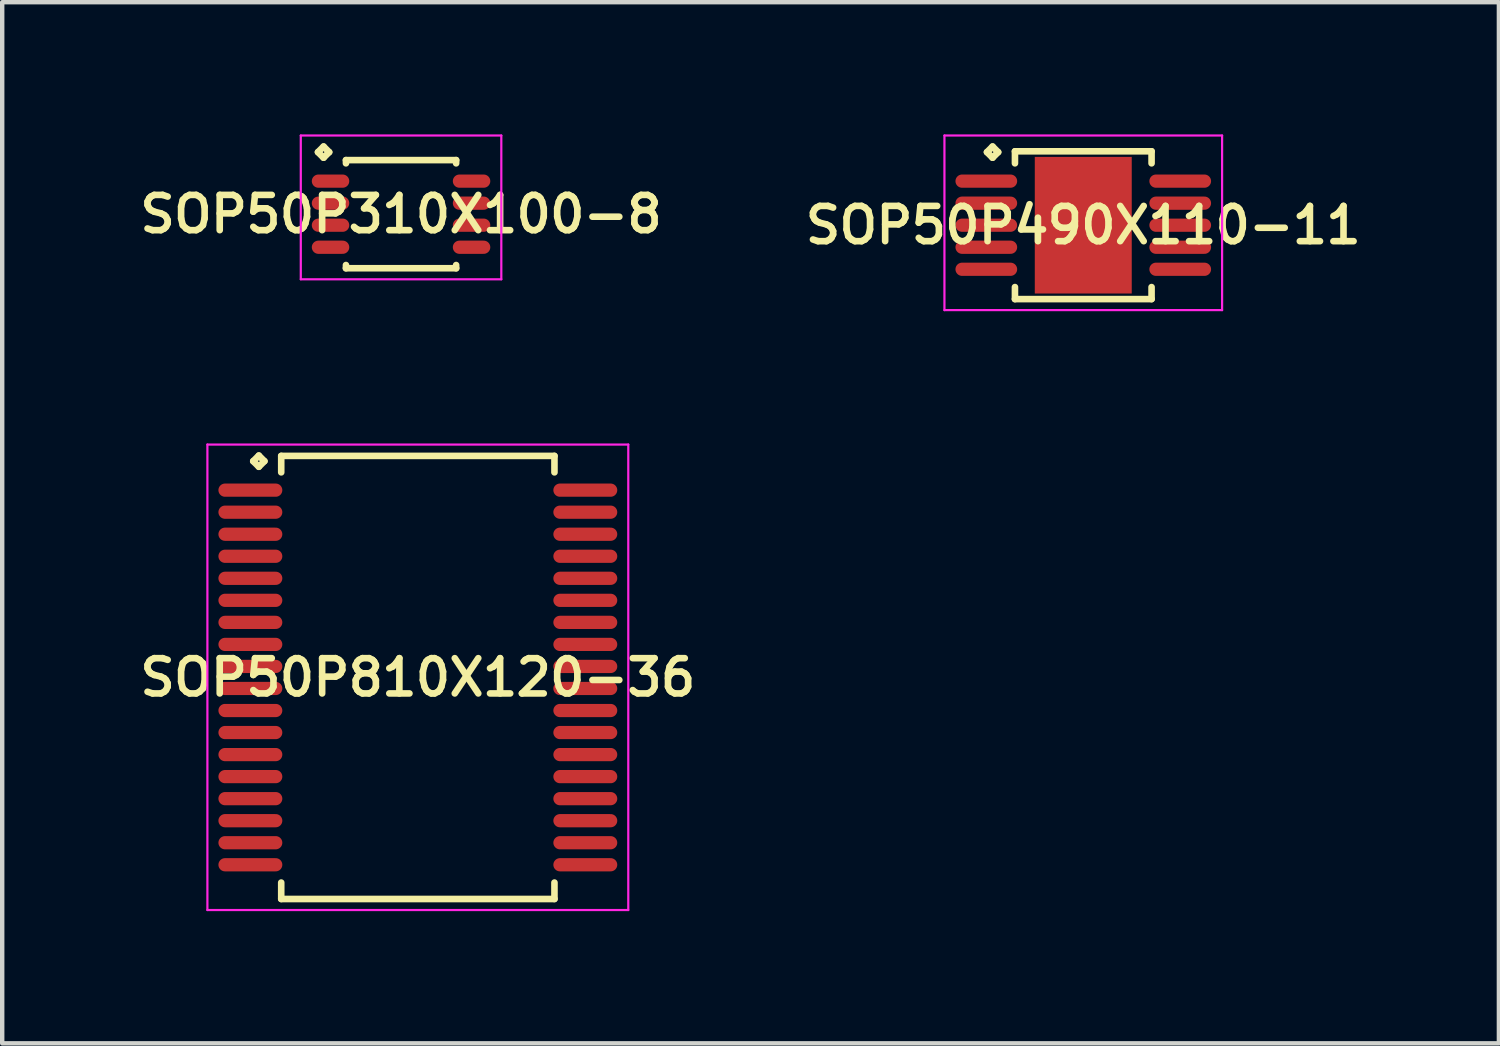
<source format=kicad_pcb>
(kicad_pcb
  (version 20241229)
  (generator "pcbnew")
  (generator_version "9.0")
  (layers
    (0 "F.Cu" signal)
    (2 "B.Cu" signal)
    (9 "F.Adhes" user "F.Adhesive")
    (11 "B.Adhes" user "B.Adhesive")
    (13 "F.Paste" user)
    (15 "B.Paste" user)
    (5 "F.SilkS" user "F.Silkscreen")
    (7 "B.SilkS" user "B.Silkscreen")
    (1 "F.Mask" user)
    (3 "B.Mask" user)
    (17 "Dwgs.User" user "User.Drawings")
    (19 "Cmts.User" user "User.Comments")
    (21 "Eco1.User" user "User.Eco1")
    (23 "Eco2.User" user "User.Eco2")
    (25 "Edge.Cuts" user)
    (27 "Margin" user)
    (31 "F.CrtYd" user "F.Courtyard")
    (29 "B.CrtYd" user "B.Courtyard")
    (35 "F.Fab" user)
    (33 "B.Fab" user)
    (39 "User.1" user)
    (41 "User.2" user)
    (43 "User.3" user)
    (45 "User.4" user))
  (footprint "SOP50P310X100-8"
    (layer "F.Cu")
    (at 6.05 1.81)
    (property "Reference" "SOP50P310X100-8" (at 0 0 0) (layer "F.SilkS") (effects (font (size 0.8 0.8) (thickness 0.15))))
    (attr smd)
    (fp_line (start -1.885 -1.408) (end -1.758 -1.535) (stroke (width 0.15) (type solid)) (layer "F.SilkS"))
    (fp_line (start -1.758 -1.535) (end -1.631 -1.408) (stroke (width 0.15) (type solid)) (layer "F.SilkS"))
    (fp_line (start -1.758 -1.281) (end -1.885 -1.408) (stroke (width 0.15) (type solid)) (layer "F.SilkS"))
    (fp_line (start -1.631 -1.408) (end -1.758 -1.281) (stroke (width 0.15) (type solid)) (layer "F.SilkS"))
    (fp_line (start -1.25 -1.227) (end 1.25 -1.227) (stroke (width 0.15) (type solid)) (layer "F.SilkS"))
    (fp_line (start -1.25 -1.154) (end -1.25 -1.227) (stroke (width 0.15) (type solid)) (layer "F.SilkS"))
    (fp_line (start -1.25 1.154) (end -1.25 1.227) (stroke (width 0.15) (type solid)) (layer "F.SilkS"))
    (fp_line (start -1.25 1.227) (end 1.25 1.227) (stroke (width 0.15) (type solid)) (layer "F.SilkS"))
    (fp_line (start 1.25 -1.227) (end 1.25 -1.154) (stroke (width 0.15) (type solid)) (layer "F.SilkS"))
    (fp_line (start 1.25 1.227) (end 1.25 1.154) (stroke (width 0.15) (type solid)) (layer "F.SilkS"))
    (fp_line (start -2.275 -1.785) (end 2.275 -1.785) (stroke (width 0.05) (type solid)) (layer "F.CrtYd"))
    (fp_line (start -2.275 1.477) (end -2.275 -1.785) (stroke (width 0.05) (type solid)) (layer "F.CrtYd"))
    (fp_line (start 2.275 -1.785) (end 2.275 1.477) (stroke (width 0.05) (type solid)) (layer "F.CrtYd"))
    (fp_line (start 2.275 1.477) (end -2.275 1.477) (stroke (width 0.05) (type solid)) (layer "F.CrtYd"))
    (pad "1" smd oval (at -1.6 -0.75) (size 0.85 0.3) (layers "F.Cu" "F.Mask" "F.Paste"))
    (pad "2" smd oval (at -1.6 -0.25) (size 0.85 0.3) (layers "F.Cu" "F.Mask" "F.Paste"))
    (pad "3" smd oval (at -1.6 0.25) (size 0.85 0.3) (layers "F.Cu" "F.Mask" "F.Paste"))
    (pad "4" smd oval (at -1.6 0.75) (size 0.85 0.3) (layers "F.Cu" "F.Mask" "F.Paste"))
    (pad "5" smd oval (at 1.6 0.75) (size 0.85 0.3) (layers "F.Cu" "F.Mask" "F.Paste"))
    (pad "6" smd oval (at 1.6 0.25) (size 0.85 0.3) (layers "F.Cu" "F.Mask" "F.Paste"))
    (pad "7" smd oval (at 1.6 -0.25) (size 0.85 0.3) (layers "F.Cu" "F.Mask" "F.Paste"))
    (pad "8" smd oval (at 1.6 -0.75) (size 0.85 0.3) (layers "F.Cu" "F.Mask" "F.Paste")))
  (footprint "SOP50P810X120-36"
    (layer "F.Cu")
    (at 6.431 12.322)
    (property "Reference" "SOP50P810X120-36" (at 0 0 0) (layer "F.SilkS") (effects (font (size 0.8 0.8) (thickness 0.15))))
    (attr smd)
    (fp_line (start -3.735 -4.908) (end -3.608 -5.035) (stroke (width 0.15) (type solid)) (layer "F.SilkS"))
    (fp_line (start -3.608 -5.035) (end -3.481 -4.908) (stroke (width 0.15) (type solid)) (layer "F.SilkS"))
    (fp_line (start -3.608 -4.781) (end -3.735 -4.908) (stroke (width 0.15) (type solid)) (layer "F.SilkS"))
    (fp_line (start -3.481 -4.908) (end -3.608 -4.781) (stroke (width 0.15) (type solid)) (layer "F.SilkS"))
    (fp_line (start -3.1 -5.027) (end 3.1 -5.027) (stroke (width 0.15) (type solid)) (layer "F.SilkS"))
    (fp_line (start -3.1 -4.654) (end -3.1 -5.027) (stroke (width 0.15) (type solid)) (layer "F.SilkS"))
    (fp_line (start -3.1 4.654) (end -3.1 5.027) (stroke (width 0.15) (type solid)) (layer "F.SilkS"))
    (fp_line (start -3.1 5.027) (end 3.1 5.027) (stroke (width 0.15) (type solid)) (layer "F.SilkS"))
    (fp_line (start 3.1 -5.027) (end 3.1 -4.654) (stroke (width 0.15) (type solid)) (layer "F.SilkS"))
    (fp_line (start 3.1 5.027) (end 3.1 4.654) (stroke (width 0.15) (type solid)) (layer "F.SilkS"))
    (fp_line (start -4.775 -5.285) (end 4.775 -5.285) (stroke (width 0.05) (type solid)) (layer "F.CrtYd"))
    (fp_line (start -4.775 5.277) (end -4.775 -5.285) (stroke (width 0.05) (type solid)) (layer "F.CrtYd"))
    (fp_line (start 4.775 -5.285) (end 4.775 5.277) (stroke (width 0.05) (type solid)) (layer "F.CrtYd"))
    (fp_line (start 4.775 5.277) (end -4.775 5.277) (stroke (width 0.05) (type solid)) (layer "F.CrtYd"))
    (pad "1" smd oval (at -3.8 -4.25) (size 1.45 0.3) (layers "F.Cu" "F.Mask" "F.Paste"))
    (pad "2" smd oval (at -3.8 -3.75) (size 1.45 0.3) (layers "F.Cu" "F.Mask" "F.Paste"))
    (pad "3" smd oval (at -3.8 -3.25) (size 1.45 0.3) (layers "F.Cu" "F.Mask" "F.Paste"))
    (pad "4" smd oval (at -3.8 -2.75) (size 1.45 0.3) (layers "F.Cu" "F.Mask" "F.Paste"))
    (pad "5" smd oval (at -3.8 -2.25) (size 1.45 0.3) (layers "F.Cu" "F.Mask" "F.Paste"))
    (pad "6" smd oval (at -3.8 -1.75) (size 1.45 0.3) (layers "F.Cu" "F.Mask" "F.Paste"))
    (pad "7" smd oval (at -3.8 -1.25) (size 1.45 0.3) (layers "F.Cu" "F.Mask" "F.Paste"))
    (pad "8" smd oval (at -3.8 -0.75) (size 1.45 0.3) (layers "F.Cu" "F.Mask" "F.Paste"))
    (pad "9" smd oval (at -3.8 -0.25) (size 1.45 0.3) (layers "F.Cu" "F.Mask" "F.Paste"))
    (pad "10" smd oval (at -3.8 0.25) (size 1.45 0.3) (layers "F.Cu" "F.Mask" "F.Paste"))
    (pad "11" smd oval (at -3.8 0.75) (size 1.45 0.3) (layers "F.Cu" "F.Mask" "F.Paste"))
    (pad "12" smd oval (at -3.8 1.25) (size 1.45 0.3) (layers "F.Cu" "F.Mask" "F.Paste"))
    (pad "13" smd oval (at -3.8 1.75) (size 1.45 0.3) (layers "F.Cu" "F.Mask" "F.Paste"))
    (pad "14" smd oval (at -3.8 2.25) (size 1.45 0.3) (layers "F.Cu" "F.Mask" "F.Paste"))
    (pad "15" smd oval (at -3.8 2.75) (size 1.45 0.3) (layers "F.Cu" "F.Mask" "F.Paste"))
    (pad "16" smd oval (at -3.8 3.25) (size 1.45 0.3) (layers "F.Cu" "F.Mask" "F.Paste"))
    (pad "17" smd oval (at -3.8 3.75) (size 1.45 0.3) (layers "F.Cu" "F.Mask" "F.Paste"))
    (pad "18" smd oval (at -3.8 4.25) (size 1.45 0.3) (layers "F.Cu" "F.Mask" "F.Paste"))
    (pad "19" smd oval (at 3.8 4.25) (size 1.45 0.3) (layers "F.Cu" "F.Mask" "F.Paste"))
    (pad "20" smd oval (at 3.8 3.75) (size 1.45 0.3) (layers "F.Cu" "F.Mask" "F.Paste"))
    (pad "21" smd oval (at 3.8 3.25) (size 1.45 0.3) (layers "F.Cu" "F.Mask" "F.Paste"))
    (pad "22" smd oval (at 3.8 2.75) (size 1.45 0.3) (layers "F.Cu" "F.Mask" "F.Paste"))
    (pad "23" smd oval (at 3.8 2.25) (size 1.45 0.3) (layers "F.Cu" "F.Mask" "F.Paste"))
    (pad "24" smd oval (at 3.8 1.75) (size 1.45 0.3) (layers "F.Cu" "F.Mask" "F.Paste"))
    (pad "25" smd oval (at 3.8 1.25) (size 1.45 0.3) (layers "F.Cu" "F.Mask" "F.Paste"))
    (pad "26" smd oval (at 3.8 0.75) (size 1.45 0.3) (layers "F.Cu" "F.Mask" "F.Paste"))
    (pad "27" smd oval (at 3.8 0.25) (size 1.45 0.3) (layers "F.Cu" "F.Mask" "F.Paste"))
    (pad "28" smd oval (at 3.8 -0.25) (size 1.45 0.3) (layers "F.Cu" "F.Mask" "F.Paste"))
    (pad "29" smd oval (at 3.8 -0.75) (size 1.45 0.3) (layers "F.Cu" "F.Mask" "F.Paste"))
    (pad "30" smd oval (at 3.8 -1.25) (size 1.45 0.3) (layers "F.Cu" "F.Mask" "F.Paste"))
    (pad "31" smd oval (at 3.8 -1.75) (size 1.45 0.3) (layers "F.Cu" "F.Mask" "F.Paste"))
    (pad "32" smd oval (at 3.8 -2.25) (size 1.45 0.3) (layers "F.Cu" "F.Mask" "F.Paste"))
    (pad "33" smd oval (at 3.8 -2.75) (size 1.45 0.3) (layers "F.Cu" "F.Mask" "F.Paste"))
    (pad "34" smd oval (at 3.8 -3.25) (size 1.45 0.3) (layers "F.Cu" "F.Mask" "F.Paste"))
    (pad "35" smd oval (at 3.8 -3.75) (size 1.45 0.3) (layers "F.Cu" "F.Mask" "F.Paste"))
    (pad "36" smd oval (at 3.8 -4.25) (size 1.45 0.3) (layers "F.Cu" "F.Mask" "F.Paste")))
  (footprint "SOP50P490X110-11"
    (layer "F.Cu")
    (at 21.53 2.06)
    (property "Reference" "SOP50P490X110-11" (at 0 0 0) (layer "F.SilkS") (effects (font (size 0.8 0.8) (thickness 0.15))))
    (attr smd)
    (fp_line (start -2.185 -1.658) (end -2.058 -1.785) (stroke (width 0.15) (type solid)) (layer "F.SilkS"))
    (fp_line (start -2.058 -1.785) (end -1.931 -1.658) (stroke (width 0.15) (type solid)) (layer "F.SilkS"))
    (fp_line (start -2.058 -1.531) (end -2.185 -1.658) (stroke (width 0.15) (type solid)) (layer "F.SilkS"))
    (fp_line (start -1.931 -1.658) (end -2.058 -1.531) (stroke (width 0.15) (type solid)) (layer "F.SilkS"))
    (fp_line (start -1.55 -1.677) (end 1.55 -1.677) (stroke (width 0.15) (type solid)) (layer "F.SilkS"))
    (fp_line (start -1.55 -1.404) (end -1.55 -1.677) (stroke (width 0.15) (type solid)) (layer "F.SilkS"))
    (fp_line (start -1.55 1.404) (end -1.55 1.677) (stroke (width 0.15) (type solid)) (layer "F.SilkS"))
    (fp_line (start -1.55 1.677) (end 1.55 1.677) (stroke (width 0.15) (type solid)) (layer "F.SilkS"))
    (fp_line (start 1.55 -1.677) (end 1.55 -1.404) (stroke (width 0.15) (type solid)) (layer "F.SilkS"))
    (fp_line (start 1.55 1.677) (end 1.55 1.404) (stroke (width 0.15) (type solid)) (layer "F.SilkS"))
    (fp_line (start -3.15 -2.035) (end 3.15 -2.035) (stroke (width 0.05) (type solid)) (layer "F.CrtYd"))
    (fp_line (start -3.15 1.927) (end -3.15 -2.035) (stroke (width 0.05) (type solid)) (layer "F.CrtYd"))
    (fp_line (start 3.15 -2.035) (end 3.15 1.927) (stroke (width 0.05) (type solid)) (layer "F.CrtYd"))
    (fp_line (start 3.15 1.927) (end -3.15 1.927) (stroke (width 0.05) (type solid)) (layer "F.CrtYd"))
    (pad "1" smd oval (at -2.2 -1) (size 1.4 0.3) (layers "F.Cu" "F.Mask" "F.Paste"))
    (pad "2" smd oval (at -2.2 -0.5) (size 1.4 0.3) (layers "F.Cu" "F.Mask" "F.Paste"))
    (pad "3" smd oval (at -2.2 0) (size 1.4 0.3) (layers "F.Cu" "F.Mask" "F.Paste"))
    (pad "4" smd oval (at -2.2 0.5) (size 1.4 0.3) (layers "F.Cu" "F.Mask" "F.Paste"))
    (pad "5" smd oval (at -2.2 1) (size 1.4 0.3) (layers "F.Cu" "F.Mask" "F.Paste"))
    (pad "6" smd oval (at 2.2 1) (size 1.4 0.3) (layers "F.Cu" "F.Mask" "F.Paste"))
    (pad "7" smd oval (at 2.2 0.5) (size 1.4 0.3) (layers "F.Cu" "F.Mask" "F.Paste"))
    (pad "8" smd oval (at 2.2 0) (size 1.4 0.3) (layers "F.Cu" "F.Mask" "F.Paste"))
    (pad "9" smd oval (at 2.2 -0.5) (size 1.4 0.3) (layers "F.Cu" "F.Mask" "F.Paste"))
    (pad "10" smd oval (at 2.2 -1) (size 1.4 0.3) (layers "F.Cu" "F.Mask" "F.Paste"))
    (pad "11" smd rect (at 0 0) (size 2.2 3.1) (layers "F.Cu" "F.Mask" "F.Paste")))
  (gr_rect
    (start -3 -3)
    (end 30.961 20.624)
    (stroke (width 0.1) (type default))
    (fill no)
    (layer "Edge.Cuts")))
</source>
